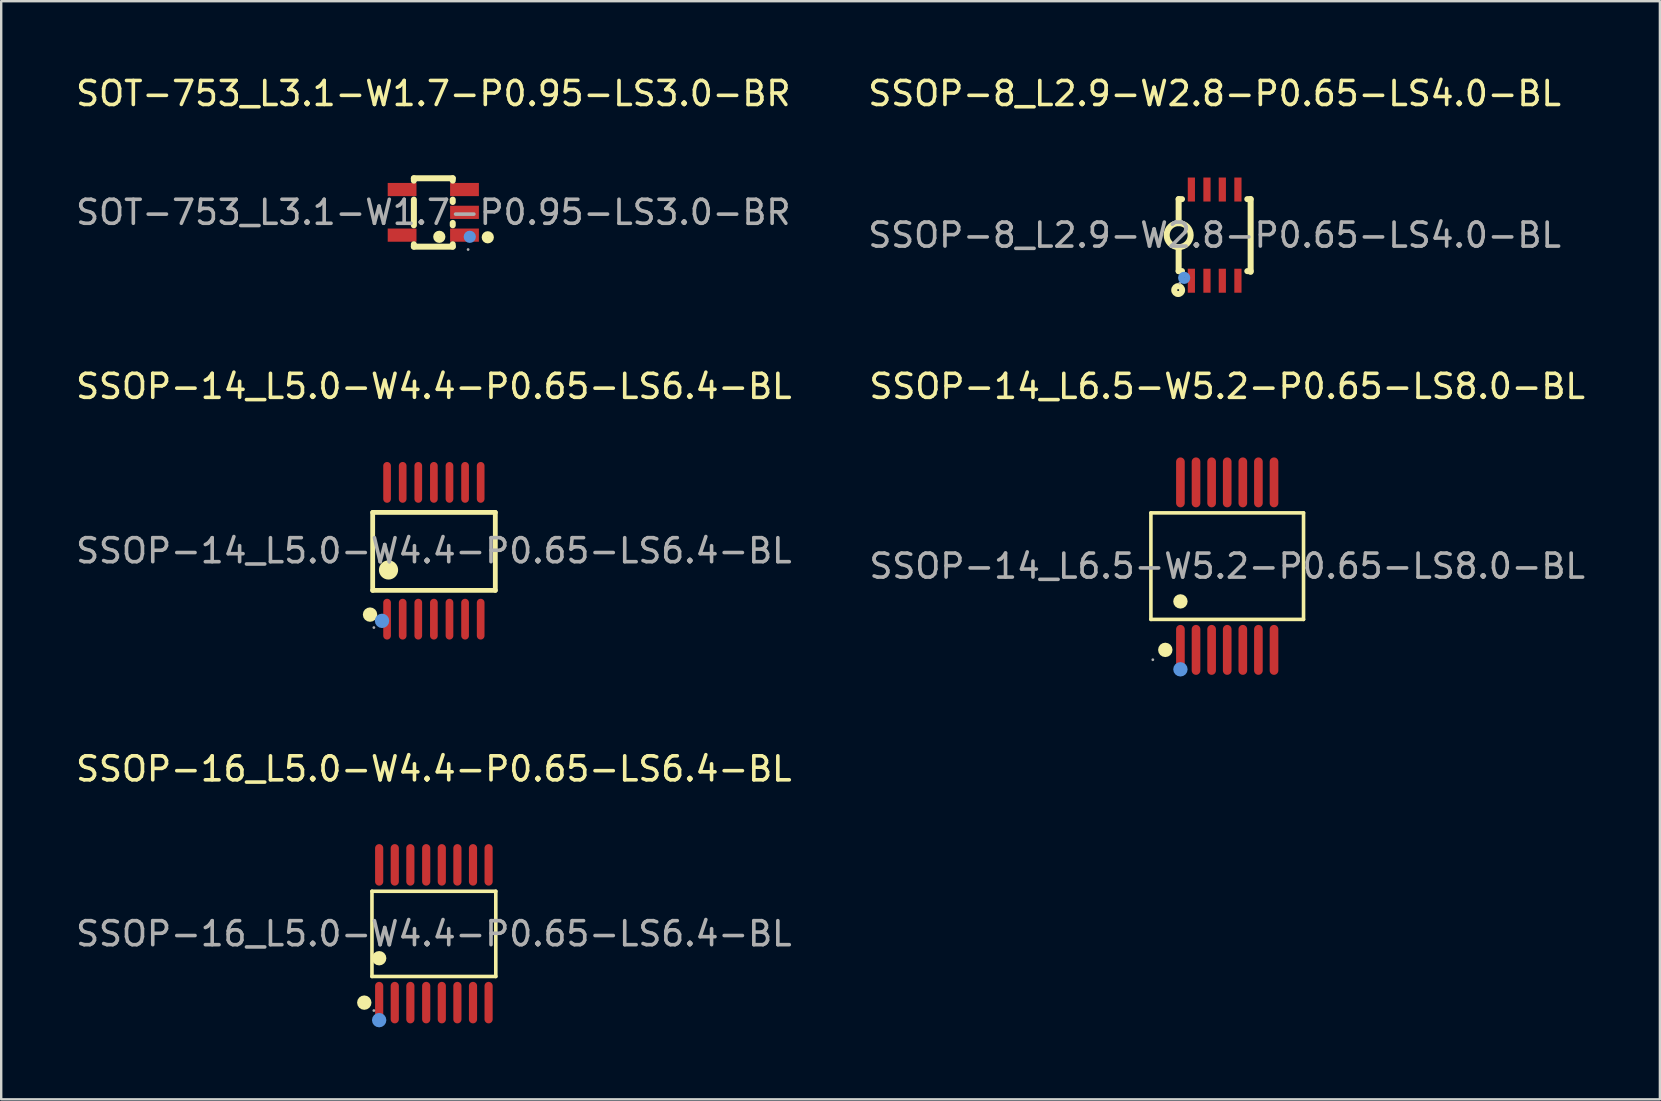
<source format=kicad_pcb>
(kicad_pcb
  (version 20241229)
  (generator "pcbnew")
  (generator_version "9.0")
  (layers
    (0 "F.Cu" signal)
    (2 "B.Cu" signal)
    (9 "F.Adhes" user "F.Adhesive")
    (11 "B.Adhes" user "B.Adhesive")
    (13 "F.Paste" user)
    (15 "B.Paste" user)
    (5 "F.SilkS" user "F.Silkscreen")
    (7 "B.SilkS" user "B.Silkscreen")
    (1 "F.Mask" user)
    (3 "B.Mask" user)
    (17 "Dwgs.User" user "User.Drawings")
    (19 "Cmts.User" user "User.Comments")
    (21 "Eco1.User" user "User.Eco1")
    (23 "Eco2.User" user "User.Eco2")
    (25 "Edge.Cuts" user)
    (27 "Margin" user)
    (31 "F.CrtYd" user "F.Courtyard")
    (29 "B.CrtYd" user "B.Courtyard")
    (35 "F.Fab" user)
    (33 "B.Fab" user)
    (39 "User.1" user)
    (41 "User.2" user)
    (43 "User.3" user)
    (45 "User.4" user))
  (footprint "SSOP-14_L6.5-W5.2-P0.65-LS8.0-BL"
    (layer "F.Cu")
    (at 48.089 20.541)
    (property "Reference" "SSOP-14_L6.5-W5.2-P0.65-LS8.0-BL" (at 0 -7.49 0) (layer "F.SilkS") (effects (font (size 1 1) (thickness 0.15))))
    (attr through_hole)
    (fp_line (start -3.18 -2.22) (end 3.18 -2.22) (stroke (width 0.15) (type solid)) (layer "F.SilkS"))
    (fp_line (start -3.18 2.22) (end -3.18 -2.22) (stroke (width 0.15) (type solid)) (layer "F.SilkS"))
    (fp_line (start 3.18 -2.22) (end 3.18 2.22) (stroke (width 0.15) (type solid)) (layer "F.SilkS"))
    (fp_line (start 3.18 2.22) (end -3.18 2.22) (stroke (width 0.15) (type solid)) (layer "F.SilkS"))
    (fp_circle (center -2.58 3.49) (end -2.43 3.49) (stroke (width 0.3) (type solid)) (fill no) (layer "F.SilkS"))
    (fp_circle (center -1.95 1.47) (end -1.8 1.47) (stroke (width 0.3) (type solid)) (fill no) (layer "F.SilkS"))
    (fp_circle (center -1.95 4.3) (end -1.8 4.3) (stroke (width 0.3) (type solid)) (fill no) (layer "Cmts.User"))
    (fp_circle (center -3.1 3.9) (end -3.07 3.9) (stroke (width 0.06) (type solid)) (fill no) (layer "F.Fab"))
    (fp_text user "${REFERENCE}" (at 0 0 0) (layer "F.Fab") (effects (font (size 1 1) (thickness 0.15))))
    (pad "1" smd oval (at -1.95 3.49) (size 0.36 2.08) (layers "F.Cu" "F.Mask" "F.Paste"))
    (pad "2" smd oval (at -1.3 3.49) (size 0.36 2.08) (layers "F.Cu" "F.Mask" "F.Paste"))
    (pad "3" smd oval (at -0.65 3.49) (size 0.36 2.08) (layers "F.Cu" "F.Mask" "F.Paste"))
    (pad "4" smd oval (at 0 3.49) (size 0.36 2.08) (layers "F.Cu" "F.Mask" "F.Paste"))
    (pad "5" smd oval (at 0.65 3.49) (size 0.36 2.08) (layers "F.Cu" "F.Mask" "F.Paste"))
    (pad "6" smd oval (at 1.3 3.49) (size 0.36 2.08) (layers "F.Cu" "F.Mask" "F.Paste"))
    (pad "7" smd oval (at 1.95 3.49) (size 0.36 2.08) (layers "F.Cu" "F.Mask" "F.Paste"))
    (pad "8" smd oval (at 1.95 -3.49) (size 0.36 2.08) (layers "F.Cu" "F.Mask" "F.Paste"))
    (pad "9" smd oval (at 1.3 -3.49) (size 0.36 2.08) (layers "F.Cu" "F.Mask" "F.Paste"))
    (pad "10" smd oval (at 0.65 -3.49) (size 0.36 2.08) (layers "F.Cu" "F.Mask" "F.Paste"))
    (pad "11" smd oval (at 0 -3.49) (size 0.36 2.08) (layers "F.Cu" "F.Mask" "F.Paste"))
    (pad "12" smd oval (at -0.65 -3.49) (size 0.36 2.08) (layers "F.Cu" "F.Mask" "F.Paste"))
    (pad "13" smd oval (at -1.3 -3.49) (size 0.36 2.08) (layers "F.Cu" "F.Mask" "F.Paste"))
    (pad "14" smd oval (at -1.95 -3.49) (size 0.36 2.08) (layers "F.Cu" "F.Mask" "F.Paste")))
  (footprint "SSOP-8_L2.9-W2.8-P0.65-LS4.0-BL"
    (layer "F.Cu")
    (at 47.565 6.748)
    (property "Reference" "SSOP-8_L2.9-W2.8-P0.65-LS4.0-BL" (at 0 -5.9 0) (layer "F.SilkS") (effects (font (size 1 1) (thickness 0.15))))
    (attr through_hole)
    (fp_line (start -1.5 -1.5) (end -1.5 -0.5) (stroke (width 0.25) (type solid)) (layer "F.SilkS"))
    (fp_line (start -1.5 -1.5) (end -1.36 -1.5) (stroke (width 0.25) (type solid)) (layer "F.SilkS"))
    (fp_line (start -1.5 1.5) (end -1.5 0.5) (stroke (width 0.25) (type solid)) (layer "F.SilkS"))
    (fp_line (start -1.5 1.5) (end -1.36 1.5) (stroke (width 0.25) (type solid)) (layer "F.SilkS"))
    (fp_line (start 1.36 -1.5) (end 1.5 -1.5) (stroke (width 0.25) (type solid)) (layer "F.SilkS"))
    (fp_line (start 1.36 1.5) (end 1.5 1.5) (stroke (width 0.25) (type solid)) (layer "F.SilkS"))
    (fp_line (start 1.5 -1.5) (end 1.5 1.53) (stroke (width 0.25) (type solid)) (layer "F.SilkS"))
    (fp_arc (start -1.508726 0.499924) (mid -1.495637 -0.499981) (end -1.5 0.5) (stroke (width 0.25) (type solid)) (layer "F.SilkS"))
    (fp_circle (center -1.52 2.29) (end -1.48 2.29) (stroke (width 0.25) (type solid)) (fill no) (layer "F.SilkS"))
    (fp_circle (center -1.27 1.78) (end -1.14 1.78) (stroke (width 0.25) (type solid)) (fill no) (layer "Cmts.User"))
    (fp_circle (center -1.45 2) (end -1.42 2) (stroke (width 0.06) (type solid)) (fill no) (layer "F.Fab"))
    (fp_text user "${REFERENCE}" (at 0 0 0) (layer "F.Fab") (effects (font (size 1 1) (thickness 0.15))))
    (pad "1" smd rect (at -0.97 1.9) (size 0.3 1) (layers "F.Cu" "F.Mask" "F.Paste"))
    (pad "2" smd rect (at -0.32 1.9) (size 0.3 1) (layers "F.Cu" "F.Mask" "F.Paste"))
    (pad "3" smd rect (at 0.32 1.9) (size 0.3 1) (layers "F.Cu" "F.Mask" "F.Paste"))
    (pad "4" smd rect (at 0.97 1.9) (size 0.3 1) (layers "F.Cu" "F.Mask" "F.Paste"))
    (pad "5" smd rect (at 0.97 -1.9) (size 0.3 1) (layers "F.Cu" "F.Mask" "F.Paste"))
    (pad "6" smd rect (at 0.32 -1.9) (size 0.3 1) (layers "F.Cu" "F.Mask" "F.Paste"))
    (pad "7" smd rect (at -0.32 -1.9) (size 0.3 1) (layers "F.Cu" "F.Mask" "F.Paste"))
    (pad "8" smd rect (at -0.97 -1.9) (size 0.3 1) (layers "F.Cu" "F.Mask" "F.Paste")))
  (footprint "SOT-753_L3.1-W1.7-P0.95-LS3.0-BR"
    (layer "F.Cu")
    (at 15.006 5.798)
    (property "Reference" "SOT-753_L3.1-W1.7-P0.95-LS3.0-BR" (at 0 -4.95 0) (layer "F.SilkS") (effects (font (size 1 1) (thickness 0.15))))
    (attr through_hole)
    (fp_line (start -0.81 -1.42) (end 0.81 -1.42) (stroke (width 0.25) (type solid)) (layer "F.SilkS"))
    (fp_line (start -0.81 -1.32) (end -0.81 -1.42) (stroke (width 0.25) (type solid)) (layer "F.SilkS"))
    (fp_line (start -0.81 0.54) (end -0.81 -0.53) (stroke (width 0.25) (type solid)) (layer "F.SilkS"))
    (fp_line (start -0.81 1.43) (end -0.81 1.33) (stroke (width 0.25) (type solid)) (layer "F.SilkS"))
    (fp_line (start 0.81 -1.42) (end 0.81 -1.32) (stroke (width 0.25) (type solid)) (layer "F.SilkS"))
    (fp_line (start 0.81 -0.53) (end 0.81 -0.43) (stroke (width 0.25) (type solid)) (layer "F.SilkS"))
    (fp_line (start 0.81 0.44) (end 0.81 0.54) (stroke (width 0.25) (type solid)) (layer "F.SilkS"))
    (fp_line (start 0.81 1.33) (end 0.81 1.43) (stroke (width 0.25) (type solid)) (layer "F.SilkS"))
    (fp_line (start 0.81 1.43) (end -0.81 1.43) (stroke (width 0.25) (type solid)) (layer "F.SilkS"))
    (fp_circle (center 0.25 1.02) (end 0.38 1.02) (stroke (width 0.25) (type solid)) (fill no) (layer "F.SilkS"))
    (fp_circle (center 2.27 1.04) (end 2.4 1.04) (stroke (width 0.25) (type solid)) (fill no) (layer "F.SilkS"))
    (fp_circle (center 1.52 1.02) (end 1.65 1.02) (stroke (width 0.25) (type solid)) (fill no) (layer "Cmts.User"))
    (fp_circle (center 1.45 1.55) (end 1.48 1.55) (stroke (width 0.06) (type solid)) (fill no) (layer "F.Fab"))
    (fp_text user "${REFERENCE}" (at 0 0 0) (layer "F.Fab") (effects (font (size 1 1) (thickness 0.15))))
    (pad "1" smd rect (at 1.3 0.95 90) (size 0.55 1.2) (layers "F.Cu" "F.Mask" "F.Paste"))
    (pad "2" smd rect (at 1.3 0 90) (size 0.55 1.2) (layers "F.Cu" "F.Mask" "F.Paste"))
    (pad "3" smd rect (at 1.3 -0.95 90) (size 0.55 1.2) (layers "F.Cu" "F.Mask" "F.Paste"))
    (pad "4" smd rect (at -1.3 -0.95 90) (size 0.55 1.2) (layers "F.Cu" "F.Mask" "F.Paste"))
    (pad "5" smd rect (at -1.3 0.95 90) (size 0.55 1.2) (layers "F.Cu" "F.Mask" "F.Paste")))
  (footprint "SSOP-14_L5.0-W4.4-P0.65-LS6.4-BL"
    (layer "F.Cu")
    (at 15.03 19.901)
    (property "Reference" "SSOP-14_L5.0-W4.4-P0.65-LS6.4-BL" (at 0 -6.85 0) (layer "F.SilkS") (effects (font (size 1 1) (thickness 0.15))))
    (attr through_hole)
    (fp_line (start -2.55 -1.6) (end 2.56 -1.6) (stroke (width 0.2) (type solid)) (layer "F.SilkS"))
    (fp_line (start -2.55 1.65) (end -2.55 -1.6) (stroke (width 0.2) (type solid)) (layer "F.SilkS"))
    (fp_line (start 2.56 -1.6) (end 2.56 1.65) (stroke (width 0.2) (type solid)) (layer "F.SilkS"))
    (fp_line (start 2.56 1.65) (end -2.55 1.65) (stroke (width 0.2) (type solid)) (layer "F.SilkS"))
    (fp_arc (start -2.66 2.66) (mid -2.66 2.66) (end -2.66 2.66) (stroke (width 0.3) (type solid)) (layer "F.SilkS"))
    (fp_arc (start -1.89 0.8) (mid -1.89 0.8) (end -1.89 0.8) (stroke (width 0.4) (type solid)) (layer "F.SilkS"))
    (fp_circle (center -2.16 2.92) (end -2.01 2.92) (stroke (width 0.3) (type solid)) (fill no) (layer "Cmts.User"))
    (fp_circle (center -2.5 3.2) (end -2.47 3.2) (stroke (width 0.06) (type solid)) (fill no) (layer "F.Fab"))
    (fp_text user "${REFERENCE}" (at 0 0 0) (layer "F.Fab") (effects (font (size 1 1) (thickness 0.15))))
    (pad "1" smd oval (at -1.95 2.85 180) (size 0.32 1.7) (layers "F.Cu" "F.Mask" "F.Paste"))
    (pad "2" smd oval (at -1.3 2.85 180) (size 0.32 1.7) (layers "F.Cu" "F.Mask" "F.Paste"))
    (pad "3" smd oval (at -0.65 2.85 180) (size 0.32 1.7) (layers "F.Cu" "F.Mask" "F.Paste"))
    (pad "4" smd oval (at 0 2.85 180) (size 0.32 1.7) (layers "F.Cu" "F.Mask" "F.Paste"))
    (pad "5" smd oval (at 0.65 2.85 180) (size 0.32 1.7) (layers "F.Cu" "F.Mask" "F.Paste"))
    (pad "6" smd oval (at 1.3 2.85 180) (size 0.32 1.7) (layers "F.Cu" "F.Mask" "F.Paste"))
    (pad "7" smd oval (at 1.95 2.85 180) (size 0.32 1.7) (layers "F.Cu" "F.Mask" "F.Paste"))
    (pad "8" smd oval (at 1.95 -2.85 180) (size 0.32 1.7) (layers "F.Cu" "F.Mask" "F.Paste"))
    (pad "9" smd oval (at 1.3 -2.85 180) (size 0.32 1.7) (layers "F.Cu" "F.Mask" "F.Paste"))
    (pad "10" smd oval (at 0.65 -2.85 180) (size 0.32 1.7) (layers "F.Cu" "F.Mask" "F.Paste"))
    (pad "11" smd oval (at 0 -2.85 180) (size 0.32 1.7) (layers "F.Cu" "F.Mask" "F.Paste"))
    (pad "12" smd oval (at -0.65 -2.85 180) (size 0.32 1.7) (layers "F.Cu" "F.Mask" "F.Paste"))
    (pad "13" smd oval (at -1.3 -2.85 180) (size 0.32 1.7) (layers "F.Cu" "F.Mask" "F.Paste"))
    (pad "14" smd oval (at -1.95 -2.85 180) (size 0.32 1.7) (layers "F.Cu" "F.Mask" "F.Paste")))
  (footprint "SSOP-16_L5.0-W4.4-P0.65-LS6.4-BL"
    (layer "F.Cu")
    (at 15.03 35.86)
    (property "Reference" "SSOP-16_L5.0-W4.4-P0.65-LS6.4-BL" (at 0 -6.87 0) (layer "F.SilkS") (effects (font (size 1 1) (thickness 0.15))))
    (attr through_hole)
    (fp_line (start -2.58 -1.77) (end 2.58 -1.77) (stroke (width 0.15) (type solid)) (layer "F.SilkS"))
    (fp_line (start -2.58 1.78) (end -2.58 -1.77) (stroke (width 0.15) (type solid)) (layer "F.SilkS"))
    (fp_line (start 2.58 -1.77) (end 2.58 1.78) (stroke (width 0.15) (type solid)) (layer "F.SilkS"))
    (fp_line (start 2.58 1.78) (end -2.58 1.78) (stroke (width 0.15) (type solid)) (layer "F.SilkS"))
    (fp_circle (center -2.9 2.87) (end -2.75 2.87) (stroke (width 0.3) (type solid)) (fill no) (layer "F.SilkS"))
    (fp_circle (center -2.28 1.02) (end -2.13 1.02) (stroke (width 0.3) (type solid)) (fill no) (layer "F.SilkS"))
    (fp_circle (center -2.28 3.6) (end -2.13 3.6) (stroke (width 0.3) (type solid)) (fill no) (layer "Cmts.User"))
    (fp_circle (center -2.5 3.2) (end -2.47 3.2) (stroke (width 0.06) (type solid)) (fill no) (layer "F.Fab"))
    (fp_text user "${REFERENCE}" (at 0 0 0) (layer "F.Fab") (effects (font (size 1 1) (thickness 0.15))))
    (pad "1" smd oval (at -2.28 2.87) (size 0.34 1.73) (layers "F.Cu" "F.Mask" "F.Paste"))
    (pad "2" smd oval (at -1.63 2.87) (size 0.34 1.73) (layers "F.Cu" "F.Mask" "F.Paste"))
    (pad "3" smd oval (at -0.98 2.87) (size 0.34 1.73) (layers "F.Cu" "F.Mask" "F.Paste"))
    (pad "4" smd oval (at -0.32 2.87) (size 0.34 1.73) (layers "F.Cu" "F.Mask" "F.Paste"))
    (pad "5" smd oval (at 0.33 2.87) (size 0.34 1.73) (layers "F.Cu" "F.Mask" "F.Paste"))
    (pad "6" smd oval (at 0.98 2.87) (size 0.34 1.73) (layers "F.Cu" "F.Mask" "F.Paste"))
    (pad "7" smd oval (at 1.63 2.87) (size 0.34 1.73) (layers "F.Cu" "F.Mask" "F.Paste"))
    (pad "8" smd oval (at 2.28 2.87) (size 0.34 1.73) (layers "F.Cu" "F.Mask" "F.Paste"))
    (pad "9" smd oval (at 2.28 -2.87) (size 0.34 1.73) (layers "F.Cu" "F.Mask" "F.Paste"))
    (pad "10" smd oval (at 1.63 -2.87) (size 0.34 1.73) (layers "F.Cu" "F.Mask" "F.Paste"))
    (pad "11" smd oval (at 0.98 -2.87) (size 0.34 1.73) (layers "F.Cu" "F.Mask" "F.Paste"))
    (pad "12" smd oval (at 0.33 -2.87) (size 0.34 1.73) (layers "F.Cu" "F.Mask" "F.Paste"))
    (pad "13" smd oval (at -0.32 -2.87) (size 0.34 1.73) (layers "F.Cu" "F.Mask" "F.Paste"))
    (pad "14" smd oval (at -0.98 -2.87) (size 0.34 1.73) (layers "F.Cu" "F.Mask" "F.Paste"))
    (pad "15" smd oval (at -1.63 -2.87) (size 0.34 1.73) (layers "F.Cu" "F.Mask" "F.Paste"))
    (pad "16" smd oval (at -2.28 -2.87) (size 0.34 1.73) (layers "F.Cu" "F.Mask" "F.Paste")))
  (gr_rect
    (start -3 -3)
    (end 66.119 42.76)
    (stroke (width 0.1) (type default))
    (fill no)
    (layer "Edge.Cuts")))
</source>
